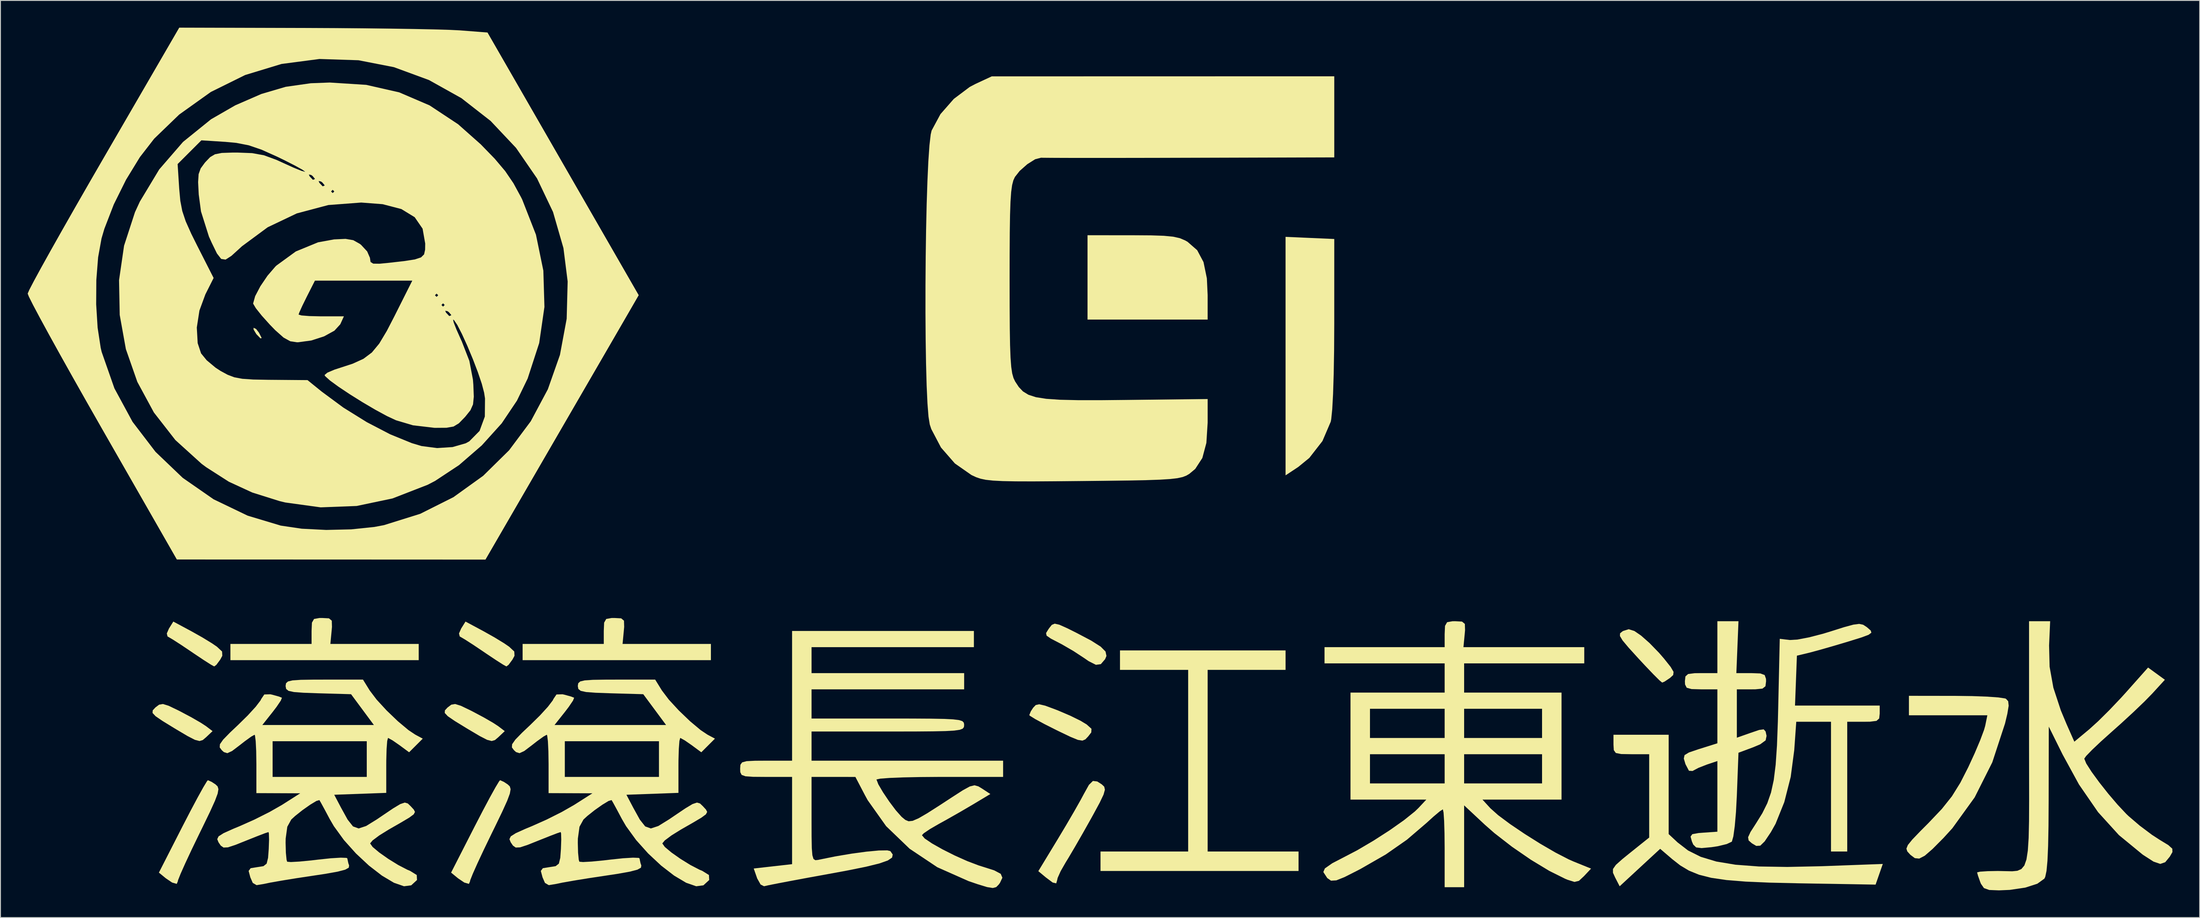
<source format=kicad_pcb>
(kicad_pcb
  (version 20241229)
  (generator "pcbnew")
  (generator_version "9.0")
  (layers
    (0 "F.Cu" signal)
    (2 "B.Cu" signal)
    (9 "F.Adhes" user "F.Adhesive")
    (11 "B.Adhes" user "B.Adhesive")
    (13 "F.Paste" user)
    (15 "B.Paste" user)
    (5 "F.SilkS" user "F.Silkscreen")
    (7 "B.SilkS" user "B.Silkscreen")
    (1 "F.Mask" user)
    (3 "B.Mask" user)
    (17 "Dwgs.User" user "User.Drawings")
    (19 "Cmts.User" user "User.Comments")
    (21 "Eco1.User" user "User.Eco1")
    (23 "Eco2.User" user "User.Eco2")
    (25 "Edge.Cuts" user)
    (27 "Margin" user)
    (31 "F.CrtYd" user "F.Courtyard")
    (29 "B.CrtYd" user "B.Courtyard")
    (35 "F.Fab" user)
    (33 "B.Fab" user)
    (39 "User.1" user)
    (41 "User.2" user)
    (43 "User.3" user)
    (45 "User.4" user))
  (footprint "IGGG"
    (layer "F.Cu")
    (at 123.581 47.58)
    (property "Reference" "IGGG" (at 0 0 0) (layer "F.SilkS") (effects (font (size 1.524 1.524) (thickness 0.3))))
    (attr board_only exclude_from_pos_files exclude_from_bom)
    (fp_poly (pts (xy -98.408 -14.344) (xy -98.095 -13.936) (xy -97.796 -13.346) (xy -97.931 -13.308) (xy -98.387 -13.782) (xy -98.692 -14.293) (xy -98.686 -14.481)) (stroke (width 0) (type solid)) (fill yes) (layer "F.SilkS"))
    (fp_poly (pts (xy 15.025 23.254) (xy 6.439 23.254) (xy 6.439 43.287) (xy 16.456 43.287) (xy 16.456 45.434) (xy -5.366 45.434) (xy -5.366 43.287) (xy 4.293 43.287) (xy 4.293 23.254) (xy -3.22 23.254) (xy -3.22 21.107) (xy 15.025 21.107)) (stroke (width 0) (type solid)) (fill yes) (layer "F.SilkS"))
    (fp_poly (pts (xy -1.878 -24.683) (xy 0.157 -24.671) (xy 1.619 -24.623) (xy 2.648 -24.524) (xy 3.385 -24.357) (xy 3.973 -24.105) (xy 4.225 -23.96) (xy 5.287 -23.034) (xy 5.984 -21.723) (xy 6.354 -19.926) (xy 6.439 -18.078) (xy 6.439 -15.383) (xy -6.797 -15.383) (xy -6.797 -24.685)) (stroke (width 0) (type solid)) (fill yes) (layer "F.SilkS"))
    (fp_poly (pts (xy 17.708 -24.388) (xy 20.392 -24.27) (xy 20.39 -14.908) (xy 20.374 -11.979) (xy 20.329 -9.375) (xy 20.26 -7.184) (xy 20.168 -5.494) (xy 20.057 -4.392) (xy 20.002 -4.114) (xy 19.089 -1.982) (xy 17.644 -0.125) (xy 16.427 0.871) (xy 15.025 1.799) (xy 15.024 -24.506)) (stroke (width 0) (type solid)) (fill yes) (layer "F.SilkS"))
    (fp_poly (pts (xy -90.381 17.57) (xy -90.072 17.828) (xy -90.051 18.508) (xy -90.091 18.961) (xy -90.227 20.392) (xy -80.493 20.392) (xy -80.493 22.18) (xy -101.242 22.18) (xy -101.242 20.392) (xy -92.299 20.392) (xy -92.299 18.961) (xy -92.259 18.044) (xy -92.027 17.637) (xy -91.435 17.532) (xy -91.126 17.53)) (stroke (width 0) (type solid)) (fill yes) (layer "F.SilkS"))
    (fp_poly (pts (xy -58.184 17.57) (xy -57.875 17.828) (xy -57.853 18.508) (xy -57.894 18.961) (xy -58.03 20.392) (xy -48.296 20.392) (xy -48.296 22.18) (xy -69.045 22.18) (xy -69.045 20.392) (xy -60.101 20.392) (xy -60.101 18.961) (xy -60.062 18.044) (xy -59.83 17.637) (xy -59.238 17.532) (xy -58.929 17.53)) (stroke (width 0) (type solid)) (fill yes) (layer "F.SilkS"))
    (fp_poly (pts (xy -105.55 18.99) (xy -104.34 19.671) (xy -103.27 20.326) (xy -102.723 20.701) (xy -102.161 21.227) (xy -102.134 21.699) (xy -102.362 22.122) (xy -102.788 22.697) (xy -103.028 22.875) (xy -103.389 22.677) (xy -104.182 22.17) (xy -105.252 21.455) (xy -105.525 21.268) (xy -106.663 20.503) (xy -107.583 19.91) (xy -108.119 19.594) (xy -108.168 19.574) (xy -108.251 19.237) (xy -108.014 18.695) (xy -107.533 17.925)) (stroke (width 0) (type solid)) (fill yes) (layer "F.SilkS"))
    (fp_poly (pts (xy -73.353 18.99) (xy -72.143 19.671) (xy -71.072 20.326) (xy -70.526 20.701) (xy -69.964 21.227) (xy -69.937 21.699) (xy -70.165 22.122) (xy -70.591 22.697) (xy -70.83 22.875) (xy -71.191 22.677) (xy -71.985 22.17) (xy -73.055 21.455) (xy -73.328 21.268) (xy -74.465 20.503) (xy -75.386 19.91) (xy -75.922 19.594) (xy -75.971 19.574) (xy -76.054 19.237) (xy -75.817 18.695) (xy -75.336 17.925)) (stroke (width 0) (type solid)) (fill yes) (layer "F.SilkS"))
    (fp_poly (pts (xy -108.043 27.215) (xy -107.009 27.712) (xy -106.734 27.852) (xy -105.523 28.497) (xy -104.484 29.098) (xy -103.925 29.465) (xy -103.21 30.009) (xy -103.925 30.687) (xy -104.288 30.993) (xy -104.648 31.101) (xy -105.156 30.969) (xy -105.959 30.555) (xy -107.205 29.817) (xy -107.414 29.691) (xy -108.715 28.893) (xy -109.489 28.364) (xy -109.822 28.005) (xy -109.804 27.721) (xy -109.522 27.414) (xy -109.507 27.4) (xy -109.1 27.091) (xy -108.676 27.018)) (stroke (width 0) (type solid)) (fill yes) (layer "F.SilkS"))
    (fp_poly (pts (xy -75.845 27.215) (xy -74.812 27.712) (xy -74.536 27.852) (xy -73.326 28.497) (xy -72.287 29.098) (xy -71.728 29.465) (xy -71.013 30.009) (xy -71.728 30.687) (xy -72.09 30.993) (xy -72.451 31.101) (xy -72.959 30.969) (xy -73.762 30.555) (xy -75.008 29.817) (xy -75.217 29.691) (xy -76.518 28.893) (xy -77.291 28.364) (xy -77.625 28.005) (xy -77.607 27.721) (xy -77.325 27.414) (xy -77.309 27.4) (xy -76.903 27.091) (xy -76.478 27.018)) (stroke (width 0) (type solid)) (fill yes) (layer "F.SilkS"))
    (fp_poly (pts (xy -9.903 18.272) (xy -9.034 18.661) (xy -8.031 19.162) (xy -6.397 20.023) (xy -5.35 20.689) (xy -4.813 21.23) (xy -4.71 21.717) (xy -4.861 22.076) (xy -5.329 22.621) (xy -5.873 22.696) (xy -6.674 22.291) (xy -7.155 21.959) (xy -8.333 21.185) (xy -9.624 20.436) (xy -9.838 20.324) (xy -10.832 19.807) (xy -11.305 19.481) (xy -11.366 19.193) (xy -11.119 18.79) (xy -11.014 18.64) (xy -10.733 18.29) (xy -10.416 18.157)) (stroke (width 0) (type solid)) (fill yes) (layer "F.SilkS"))
    (fp_poly (pts (xy -11.467 27.2) (xy -10.37 27.606) (xy -10.005 27.75) (xy -8.7 28.309) (xy -7.569 28.865) (xy -6.889 29.275) (xy -6.362 29.751) (xy -6.383 30.153) (xy -6.722 30.591) (xy -7.033 30.919) (xy -7.362 31.057) (xy -7.859 30.975) (xy -8.672 30.642) (xy -9.949 30.03) (xy -10.264 29.876) (xy -11.553 29.225) (xy -12.558 28.681) (xy -13.134 28.324) (xy -13.215 28.241) (xy -13.046 27.825) (xy -12.789 27.432) (xy -12.504 27.132) (xy -12.121 27.048)) (stroke (width 0) (type solid)) (fill yes) (layer "F.SilkS"))
    (fp_poly (pts (xy 53.464 18.967) (xy 54.198 19.472) (xy 55.13 20.294) (xy 56.183 21.379) (xy 56.731 22.013) (xy 57.46 22.93) (xy 57.778 23.474) (xy 57.739 23.819) (xy 57.394 24.138) (xy 57.381 24.148) (xy 56.788 24.545) (xy 56.524 24.656) (xy 56.222 24.407) (xy 55.552 23.739) (xy 54.624 22.767) (xy 53.916 22.004) (xy 52.824 20.801) (xy 52.161 20.009) (xy 51.868 19.52) (xy 51.883 19.222) (xy 52.147 19.007) (xy 52.24 18.956) (xy 52.835 18.77)) (stroke (width 0) (type solid)) (fill yes) (layer "F.SilkS"))
    (fp_poly (pts (xy -103.311 35.605) (xy -102.878 35.89) (xy -102.651 36.108) (xy -102.563 36.412) (xy -102.649 36.906) (xy -102.942 37.691) (xy -103.475 38.871) (xy -104.284 40.547) (xy -104.675 41.346) (xy -105.511 43.076) (xy -106.213 44.58) (xy -106.731 45.743) (xy -107.01 46.446) (xy -107.043 46.596) (xy -107.157 46.857) (xy -107.666 46.711) (xy -108.362 46.239) (xy -109.122 45.613) (xy -106.524 40.519) (xy -105.633 38.796) (xy -104.848 37.321) (xy -104.228 36.202) (xy -103.833 35.548) (xy -103.725 35.422)) (stroke (width 0) (type solid)) (fill yes) (layer "F.SilkS"))
    (fp_poly (pts (xy -71.113 35.605) (xy -70.681 35.89) (xy -70.454 36.108) (xy -70.366 36.412) (xy -70.452 36.906) (xy -70.744 37.691) (xy -71.278 38.871) (xy -72.086 40.547) (xy -72.478 41.346) (xy -73.313 43.076) (xy -74.016 44.58) (xy -74.534 45.743) (xy -74.813 46.446) (xy -74.845 46.596) (xy -74.96 46.857) (xy -75.468 46.711) (xy -76.165 46.239) (xy -76.925 45.613) (xy -74.327 40.519) (xy -73.435 38.796) (xy -72.651 37.321) (xy -72.031 36.202) (xy -71.636 35.548) (xy -71.528 35.422)) (stroke (width 0) (type solid)) (fill yes) (layer "F.SilkS"))
    (fp_poly (pts (xy -5.723 35.562) (xy -5.219 35.886) (xy -4.957 36.136) (xy -4.881 36.469) (xy -5.031 37.01) (xy -5.447 37.886) (xy -6.169 39.221) (xy -6.431 39.695) (xy -7.314 41.265) (xy -8.178 42.769) (xy -8.899 43.992) (xy -9.211 44.501) (xy -9.757 45.454) (xy -10.09 46.201) (xy -10.136 46.416) (xy -10.245 46.8) (xy -10.64 46.707) (xy -11.386 46.147) (xy -12.219 45.453) (xy -10.096 41.955) (xy -9.151 40.376) (xy -8.263 38.853) (xy -7.549 37.59) (xy -7.199 36.937) (xy -6.642 35.935) (xy -6.203 35.505)) (stroke (width 0) (type solid)) (fill yes) (layer "F.SilkS"))
    (fp_poly (pts (xy 88.811 26.121) (xy 90.68 26.144) (xy 92.315 26.205) (xy 93.571 26.293) (xy 94.304 26.403) (xy 94.408 26.443) (xy 94.651 26.713) (xy 94.704 27.207) (xy 94.559 28.091) (xy 94.302 29.171) (xy 92.9 33.45) (xy 90.958 37.316) (xy 88.502 40.718) (xy 87.523 41.793) (xy 86.312 43.012) (xy 85.459 43.751) (xy 84.848 44.068) (xy 84.364 44.019) (xy 83.89 43.663) (xy 83.834 43.607) (xy 83.536 43.279) (xy 83.435 42.971) (xy 83.596 42.57) (xy 84.086 41.965) (xy 84.969 41.045) (xy 85.871 40.139) (xy 87.343 38.588) (xy 88.448 37.199) (xy 89.381 35.696) (xy 90.252 33.986) (xy 90.964 32.438) (xy 91.569 31.005) (xy 91.987 29.885) (xy 92.118 29.425) (xy 92.355 28.262) (xy 83.713 28.262) (xy 83.713 26.115)) (stroke (width 0) (type solid)) (fill yes) (layer "F.SilkS"))
    (fp_poly (pts (xy 57.239 41.365) (xy 58.223 42.285) (xy 59.378 43.175) (xy 60.775 43.874) (xy 62.49 44.392) (xy 64.6 44.743) (xy 67.18 44.938) (xy 70.306 44.989) (xy 74.053 44.91) (xy 74.492 44.894) (xy 80.834 44.659) (xy 80.04 46.938) (xy 71.591 46.794) (xy 68.344 46.72) (xy 65.716 46.606) (xy 63.611 46.435) (xy 61.933 46.189) (xy 60.587 45.849) (xy 59.477 45.396) (xy 58.506 44.814) (xy 57.647 44.141) (xy 56.303 42.991) (xy 51.839 47.121) (xy 51.334 46.143) (xy 51.102 45.63) (xy 51.101 45.219) (xy 51.42 44.763) (xy 52.147 44.114) (xy 52.96 43.455) (xy 55.093 41.745) (xy 55.093 32.555) (xy 53.125 32.555) (xy 52.001 32.537) (xy 51.415 32.419) (xy 51.193 32.105) (xy 51.158 31.498) (xy 51.158 31.482) (xy 51.158 30.408) (xy 57.239 30.408)) (stroke (width 0) (type solid)) (fill yes) (layer "F.SilkS"))
    (fp_poly (pts (xy 78.667 18.274) (xy 79.054 18.525) (xy 79.149 18.602) (xy 79.503 18.915) (xy 79.576 19.152) (xy 79.271 19.383) (xy 78.489 19.675) (xy 77.134 20.097) (xy 76.909 20.166) (xy 75.362 20.626) (xy 73.922 21.039) (xy 72.84 21.333) (xy 72.623 21.387) (xy 71.37 21.687) (xy 71.161 27.189) (xy 80.493 27.189) (xy 80.493 28.083) (xy 80.435 28.614) (xy 80.139 28.879) (xy 79.422 28.969) (xy 78.704 28.977) (xy 76.915 28.977) (xy 76.915 43.287) (xy 75.127 43.287) (xy 75.127 28.977) (xy 71.299 28.977) (xy 71.076 32.108) (xy 70.687 35.058) (xy 69.981 37.836) (xy 69.019 40.23) (xy 68.5 41.154) (xy 67.82 42.168) (xy 67.334 42.643) (xy 66.892 42.669) (xy 66.402 42.378) (xy 66.05 42.065) (xy 65.989 41.711) (xy 66.258 41.13) (xy 66.861 40.19) (xy 67.561 39.06) (xy 68.106 37.963) (xy 68.518 36.782) (xy 68.818 35.405) (xy 69.029 33.714) (xy 69.173 31.597) (xy 69.272 28.936) (xy 69.311 27.355) (xy 69.48 19.829) (xy 70.604 19.96) (xy 71.434 19.909) (xy 72.722 19.663) (xy 74.25 19.267) (xy 75.043 19.025) (xy 76.575 18.541) (xy 77.585 18.266) (xy 78.23 18.182)) (stroke (width 0) (type solid)) (fill yes) (layer "F.SilkS"))
    (fp_poly (pts (xy 64.698 23.611) (xy 66.335 23.611) (xy 67.339 23.647) (xy 67.818 23.823) (xy 67.964 24.244) (xy 67.972 24.506) (xy 67.905 25.058) (xy 67.577 25.319) (xy 66.796 25.397) (xy 66.362 25.4) (xy 64.752 25.4) (xy 64.752 30.734) (xy 66.239 30.21) (xy 67.215 29.879) (xy 67.711 29.813) (xy 67.921 30.049) (xy 68.027 30.533) (xy 67.924 31.026) (xy 67.327 31.463) (xy 66.541 31.794) (xy 64.931 32.394) (xy 64.752 37.108) (xy 64.656 38.936) (xy 64.522 40.484) (xy 64.368 41.613) (xy 64.207 42.182) (xy 64.188 42.207) (xy 63.63 42.467) (xy 62.632 42.708) (xy 61.959 42.809) (xy 60.864 42.91) (xy 60.264 42.835) (xy 59.947 42.522) (xy 59.797 42.174) (xy 59.652 41.641) (xy 59.845 41.373) (xy 60.53 41.25) (xy 61.042 41.211) (xy 62.606 41.102) (xy 62.606 33.308) (xy 61.443 33.699) (xy 60.525 34.058) (xy 59.891 34.393) (xy 59.872 34.407) (xy 59.473 34.381) (xy 59.09 33.653) (xy 59.09 33.651) (xy 58.907 33.036) (xy 58.99 32.655) (xy 59.472 32.364) (xy 60.486 32.019) (xy 60.661 31.964) (xy 62.606 31.351) (xy 62.606 25.4) (xy 60.817 25.4) (xy 59.755 25.371) (xy 59.226 25.223) (xy 59.045 24.865) (xy 59.028 24.506) (xy 59.086 23.975) (xy 59.382 23.71) (xy 60.099 23.62) (xy 60.817 23.611) (xy 62.606 23.611) (xy 62.606 17.887) (xy 63.768 17.886) (xy 64.931 17.886)) (stroke (width 0) (type solid)) (fill yes) (layer "F.SilkS"))
    (fp_poly (pts (xy 99.157 20.561) (xy 99.214 22.905) (xy 99.629 25.22) (xy 100.452 27.726) (xy 101.075 29.218) (xy 101.94 31.174) (xy 103.583 29.807) (xy 104.563 28.918) (xy 105.801 27.69) (xy 107.091 26.331) (xy 107.646 25.718) (xy 110.066 22.996) (xy 110.991 23.67) (xy 111.917 24.344) (xy 110.536 25.856) (xy 109.678 26.734) (xy 108.461 27.902) (xy 107.069 29.184) (xy 106.096 30.051) (xy 104.879 31.144) (xy 103.89 32.08) (xy 103.24 32.753) (xy 103.034 33.046) (xy 103.253 33.581) (xy 103.842 34.501) (xy 104.689 35.661) (xy 105.682 36.918) (xy 106.711 38.125) (xy 107.663 39.139) (xy 107.911 39.377) (xy 109.144 40.433) (xy 110.492 41.445) (xy 111.344 41.999) (xy 112.299 42.581) (xy 112.734 42.974) (xy 112.751 43.347) (xy 112.46 43.852) (xy 111.953 44.468) (xy 111.409 44.655) (xy 110.663 44.399) (xy 109.556 43.686) (xy 109.435 43.6) (xy 106.85 41.475) (xy 104.551 38.942) (xy 102.452 35.895) (xy 100.643 32.58) (xy 99.124 29.514) (xy 99.11 37.584) (xy 99.093 40.452) (xy 99.05 42.67) (xy 98.979 44.303) (xy 98.875 45.418) (xy 98.735 46.081) (xy 98.639 46.279) (xy 97.862 46.84) (xy 96.537 47.268) (xy 94.822 47.521) (xy 93.631 47.572) (xy 92.564 47.53) (xy 91.98 47.322) (xy 91.649 46.847) (xy 91.574 46.663) (xy 91.317 45.936) (xy 91.225 45.589) (xy 91.552 45.51) (xy 92.404 45.454) (xy 93.521 45.434) (xy 94.39 45.453) (xy 95.099 45.468) (xy 95.665 45.412) (xy 96.103 45.221) (xy 96.431 44.829) (xy 96.663 44.171) (xy 96.815 43.182) (xy 96.905 41.796) (xy 96.947 39.948) (xy 96.958 37.574) (xy 96.953 34.607) (xy 96.949 31.443) (xy 96.949 17.887) (xy 98.112 17.886) (xy 99.275 17.886)) (stroke (width 0) (type solid)) (fill yes) (layer "F.SilkS"))
    (fp_poly (pts (xy 20.392 -33.27) (xy 4.382 -33.228) (xy 1.063 -33.22) (xy -2.037 -33.215) (xy -4.844 -33.213) (xy -7.284 -33.213) (xy -9.284 -33.215) (xy -10.771 -33.221) (xy -11.671 -33.228) (xy -11.917 -33.235) (xy -12.566 -33.067) (xy -13.431 -32.522) (xy -14.274 -31.777) (xy -14.798 -31.11) (xy -14.971 -30.735) (xy -15.107 -30.211) (xy -15.211 -29.454) (xy -15.285 -28.381) (xy -15.335 -26.911) (xy -15.365 -24.96) (xy -15.38 -22.445) (xy -15.383 -19.855) (xy -15.379 -16.821) (xy -15.363 -14.419) (xy -15.332 -12.565) (xy -15.28 -11.174) (xy -15.203 -10.163) (xy -15.097 -9.447) (xy -14.956 -8.942) (xy -14.778 -8.566) (xy -14.773 -8.557) (xy -14.368 -7.942) (xy -13.908 -7.457) (xy -13.309 -7.089) (xy -12.485 -6.822) (xy -11.352 -6.644) (xy -9.826 -6.539) (xy -7.823 -6.494) (xy -5.257 -6.494) (xy -2.693 -6.517) (xy 6.44 -6.618) (xy 6.44 -4.013) (xy 6.3 -1.784) (xy 5.856 -0.117) (xy 5.074 1.087) (xy 4.431 1.626) (xy 4.093 1.827) (xy 3.681 1.986) (xy 3.113 2.111) (xy 2.306 2.205) (xy 1.176 2.276) (xy -0.359 2.329) (xy -2.382 2.369) (xy -4.975 2.402) (xy -7.334 2.425) (xy -10.395 2.451) (xy -12.828 2.465) (xy -14.719 2.46) (xy -16.154 2.432) (xy -17.221 2.377) (xy -18.005 2.29) (xy -18.594 2.166) (xy -19.074 2.001) (xy -19.532 1.789) (xy -19.594 1.758) (xy -21.413 0.486) (xy -22.946 -1.274) (xy -24.011 -3.303) (xy -24.18 -3.813) (xy -24.319 -4.672) (xy -24.434 -6.138) (xy -24.524 -8.113) (xy -24.59 -10.502) (xy -24.633 -13.206) (xy -24.654 -16.129) (xy -24.652 -19.175) (xy -24.629 -22.247) (xy -24.586 -25.248) (xy -24.522 -28.081) (xy -24.438 -30.649) (xy -24.336 -32.855) (xy -24.215 -34.603) (xy -24.077 -35.797) (xy -23.977 -36.231) (xy -23.002 -38.042) (xy -21.531 -39.721) (xy -19.775 -41.042) (xy -19.159 -41.365) (xy -17.351 -42.207) (xy 1.52 -42.211) (xy 20.392 -42.214)) (stroke (width 0) (type solid)) (fill yes) (layer "F.SilkS"))
    (fp_poly (pts (xy -92.882 -47.545) (xy -89.646 -47.531) (xy -86.517 -47.506) (xy -83.594 -47.473) (xy -80.977 -47.432) (xy -78.767 -47.386) (xy -77.064 -47.335) (xy -75.966 -47.282) (xy -75.898 -47.276) (xy -72.913 -47.044) (xy -64.582 -32.558) (xy -56.251 -18.072) (xy -57.192 -16.441) (xy -57.574 -15.781) (xy -58.271 -14.577) (xy -59.239 -12.904) (xy -60.435 -10.838) (xy -61.816 -8.454) (xy -63.337 -5.828) (xy -64.955 -3.034) (xy -65.635 -1.86) (xy -73.136 11.09) (xy -90.14 11.084) (xy -107.145 11.079) (xy -115.373 -3.307) (xy -117.049 -6.25) (xy -118.61 -9.014) (xy -120.02 -11.535) (xy -121.244 -13.75) (xy -122.247 -15.594) (xy -122.994 -17.002) (xy -123.027 -17.067) (xy -116.034 -17.067) (xy -115.874 -14.487) (xy -115.535 -12.264) (xy -115.426 -11.806) (xy -114.022 -7.795) (xy -112.024 -4.104) (xy -109.494 -0.794) (xy -106.496 2.075) (xy -103.092 4.441) (xy -99.344 6.244) (xy -95.697 7.341) (xy -93.386 7.683) (xy -90.692 7.82) (xy -87.919 7.755) (xy -85.368 7.488) (xy -84.32 7.29) (xy -80.324 6.04) (xy -76.666 4.204) (xy -73.389 1.847) (xy -70.535 -0.965) (xy -68.145 -4.169) (xy -66.263 -7.697) (xy -64.93 -11.486) (xy -64.189 -15.47) (xy -64.081 -19.584) (xy -64.545 -23.268) (xy -65.693 -27.249) (xy -67.457 -30.953) (xy -69.772 -34.321) (xy -72.572 -37.292) (xy -75.791 -39.806) (xy -79.365 -41.803) (xy -83.226 -43.223) (xy -87.129 -43.985) (xy -91.429 -44.125) (xy -95.612 -43.575) (xy -99.62 -42.355) (xy -103.396 -40.488) (xy -106.884 -37.996) (xy -109.638 -35.337) (xy -111.216 -33.301) (xy -112.744 -30.802) (xy -114.092 -28.084) (xy -115.131 -25.395) (xy -115.445 -24.327) (xy -115.82 -22.25) (xy -116.017 -19.742) (xy -116.034 -17.067) (xy -123.027 -17.067) (xy -123.45 -17.912) (xy -123.581 -18.249) (xy -123.402 -18.664) (xy -122.898 -19.633) (xy -122.105 -21.092) (xy -121.057 -22.977) (xy -119.791 -25.225) (xy -118.342 -27.772) (xy -116.746 -30.554) (xy -115.221 -33.193) (xy -106.881 -47.58)) (stroke (width 0) (type solid)) (fill yes) (layer "F.SilkS"))
    (fp_poly (pts (xy 34.472 17.928) (xy 34.781 18.186) (xy 34.803 18.866) (xy 34.763 19.318) (xy 34.626 20.749) (xy 47.938 20.749) (xy 47.938 22.538) (xy 34.701 22.538) (xy 34.701 25.758) (xy 45.434 25.758) (xy 45.434 37.563) (xy 36.723 37.563) (xy 37.59 38.512) (xy 38.445 39.276) (xy 39.764 40.259) (xy 41.373 41.348) (xy 43.101 42.435) (xy 44.774 43.407) (xy 46.222 44.154) (xy 46.743 44.384) (xy 48.687 45.173) (xy 47.907 46.004) (xy 47.352 46.522) (xy 46.856 46.641) (xy 46.103 46.405) (xy 45.833 46.294) (xy 44.089 45.426) (xy 42.062 44.199) (xy 39.972 42.76) (xy 38.038 41.258) (xy 36.985 40.333) (xy 34.701 38.197) (xy 34.701 47.223) (xy 32.555 47.223) (xy 32.555 42.93) (xy 32.539 41.272) (xy 32.497 39.912) (xy 32.434 38.988) (xy 32.357 38.637) (xy 32.355 38.637) (xy 32.009 38.862) (xy 31.31 39.45) (xy 30.546 40.145) (xy 28.4 41.983) (xy 26.068 43.611) (xy 23.308 45.196) (xy 22.911 45.404) (xy 21.527 46.105) (xy 20.619 46.469) (xy 20.034 46.504) (xy 19.619 46.215) (xy 19.223 45.607) (xy 19.188 45.545) (xy 19.356 45.151) (xy 20.177 44.577) (xy 21.269 44.011) (xy 22.918 43.15) (xy 24.719 42.089) (xy 26.497 40.944) (xy 28.075 39.831) (xy 29.275 38.867) (xy 29.666 38.49) (xy 30.533 37.563) (xy 22.18 37.563) (xy 22.18 35.775) (xy 24.327 35.775) (xy 32.555 35.775) (xy 34.701 35.775) (xy 43.287 35.775) (xy 43.287 32.555) (xy 34.701 32.555) (xy 34.701 35.775) (xy 32.555 35.775) (xy 32.555 32.555) (xy 24.327 32.555) (xy 24.327 35.775) (xy 22.18 35.775) (xy 22.18 30.766) (xy 24.327 30.766) (xy 32.555 30.766) (xy 34.701 30.766) (xy 43.287 30.766) (xy 43.287 27.546) (xy 34.701 27.546) (xy 34.701 30.766) (xy 32.555 30.766) (xy 32.555 27.546) (xy 24.327 27.546) (xy 24.327 30.766) (xy 22.18 30.766) (xy 22.18 25.758) (xy 32.555 25.758) (xy 32.555 22.538) (xy 19.318 22.538) (xy 19.318 20.749) (xy 32.555 20.749) (xy 32.555 19.318) (xy 32.595 18.402) (xy 32.826 17.994) (xy 33.419 17.89) (xy 33.727 17.887)) (stroke (width 0) (type solid)) (fill yes) (layer "F.SilkS"))
    (fp_poly (pts (xy -19.318 20.749) (xy -37.206 20.749) (xy -37.206 23.611) (xy -20.392 23.611) (xy -20.392 25.4) (xy -37.206 25.4) (xy -37.206 28.62) (xy -28.799 28.62) (xy -26.137 28.622) (xy -24.106 28.633) (xy -22.62 28.661) (xy -21.595 28.712) (xy -20.944 28.793) (xy -20.583 28.913) (xy -20.428 29.079) (xy -20.392 29.296) (xy -20.392 29.335) (xy -20.416 29.562) (xy -20.548 29.735) (xy -20.871 29.861) (xy -21.471 29.948) (xy -22.433 30.004) (xy -23.842 30.034) (xy -25.784 30.048) (xy -28.342 30.051) (xy -28.799 30.051) (xy -37.206 30.051) (xy -37.206 33.27) (xy -16.099 33.27) (xy -16.099 35.059) (xy -23.075 35.059) (xy -25.22 35.073) (xy -27.099 35.112) (xy -28.601 35.172) (xy -29.619 35.248) (xy -30.045 35.335) (xy -30.051 35.347) (xy -29.848 35.875) (xy -29.333 36.753) (xy -28.645 37.777) (xy -27.922 38.741) (xy -27.303 39.441) (xy -27.228 39.51) (xy -26.867 39.805) (xy -26.514 39.951) (xy -26.066 39.904) (xy -25.415 39.623) (xy -24.456 39.065) (xy -23.082 38.187) (xy -21.748 37.314) (xy -20.547 36.539) (xy -19.772 36.112) (xy -19.254 35.983) (xy -18.823 36.102) (xy -18.427 36.342) (xy -17.506 36.946) (xy -19.396 38.081) (xy -20.839 38.927) (xy -22.41 39.82) (xy -23.164 40.235) (xy -24.162 40.813) (xy -24.843 41.276) (xy -25.042 41.49) (xy -24.737 41.852) (xy -23.927 42.401) (xy -22.768 43.055) (xy -21.421 43.732) (xy -20.041 44.349) (xy -18.786 44.825) (xy -18.412 44.941) (xy -17.077 45.367) (xy -16.361 45.749) (xy -16.178 46.178) (xy -16.445 46.746) (xy -16.583 46.935) (xy -16.858 47.214) (xy -17.234 47.312) (xy -17.867 47.21) (xy -18.913 46.89) (xy -19.901 46.553) (xy -23.345 45.023) (xy -26.402 42.98) (xy -28.989 40.491) (xy -31.021 37.628) (xy -31.325 37.072) (xy -32.376 35.061) (xy -34.791 35.06) (xy -37.206 35.059) (xy -37.206 39.717) (xy -37.202 41.613) (xy -37.179 42.904) (xy -37.115 43.699) (xy -36.992 44.109) (xy -36.789 44.244) (xy -36.487 44.213) (xy -36.401 44.194) (xy -34.611 43.83) (xy -32.814 43.526) (xy -31.157 43.302) (xy -29.787 43.174) (xy -28.853 43.161) (xy -28.521 43.243) (xy -28.26 43.62) (xy -28.333 43.956) (xy -28.802 44.276) (xy -29.735 44.604) (xy -31.196 44.964) (xy -33.249 45.38) (xy -35.282 45.755) (xy -37.41 46.142) (xy -39.305 46.494) (xy -40.851 46.788) (xy -41.932 47.003) (xy -42.432 47.116) (xy -42.44 47.119) (xy -42.822 46.927) (xy -43.194 46.261) (xy -43.211 46.214) (xy -43.578 45.161) (xy -41.465 44.922) (xy -39.352 44.683) (xy -39.352 35.059) (xy -42.214 35.059) (xy -43.634 35.05) (xy -44.483 34.991) (xy -44.91 34.837) (xy -45.059 34.542) (xy -45.076 34.165) (xy -45.046 33.721) (xy -44.857 33.456) (xy -44.364 33.322) (xy -43.42 33.276) (xy -42.214 33.27) (xy -39.352 33.27) (xy -39.352 18.961) (xy -19.318 18.961)) (stroke (width 0) (type solid)) (fill yes) (layer "F.SilkS"))
    (fp_poly (pts (xy -85.891 25.528) (xy -85.129 26.535) (xy -84.028 27.732) (xy -82.791 28.918) (xy -81.623 29.896) (xy -80.874 30.396) (xy -80.048 30.838) (xy -81.552 32.342) (xy -82.618 31.554) (xy -83.362 31.039) (xy -83.835 30.775) (xy -83.877 30.766) (xy -83.965 31.096) (xy -84.032 31.978) (xy -84.067 33.245) (xy -84.07 33.793) (xy -84.07 36.819) (xy -89.802 37.027) (xy -89.049 38.458) (xy -88.327 39.768) (xy -87.734 40.519) (xy -87.11 40.744) (xy -86.289 40.475) (xy -85.109 39.745) (xy -84.55 39.365) (xy -83.313 38.53) (xy -82.521 38.054) (xy -82.029 37.889) (xy -81.691 37.989) (xy -81.362 38.306) (xy -81.344 38.327) (xy -81.034 38.664) (xy -80.905 38.92) (xy -81.043 39.185) (xy -81.538 39.551) (xy -82.478 40.11) (xy -83.791 40.862) (xy -84.837 41.511) (xy -85.578 42.065) (xy -85.848 42.393) (xy -85.57 42.786) (xy -84.842 43.396) (xy -83.845 44.099) (xy -82.757 44.772) (xy -81.758 45.292) (xy -81.448 45.42) (xy -80.71 45.879) (xy -80.681 46.429) (xy -81.32 47.017) (xy -82.112 47.12) (xy -83.223 46.734) (xy -84.546 45.945) (xy -85.976 44.84) (xy -87.407 43.504) (xy -88.732 42.025) (xy -89.845 40.489) (xy -90.298 39.71) (xy -90.856 38.661) (xy -91.271 37.9) (xy -91.438 37.614) (xy -91.768 37.711) (xy -92.454 38.126) (xy -93.299 38.722) (xy -94.106 39.364) (xy -94.535 39.758) (xy -94.973 40.555) (xy -95.152 41.855) (xy -95.161 42.318) (xy -95.131 43.421) (xy -95.055 44.195) (xy -94.988 44.414) (xy -94.58 44.448) (xy -93.632 44.396) (xy -92.313 44.268) (xy -91.59 44.182) (xy -90.177 44.032) (xy -89.078 43.966) (xy -88.451 43.991) (xy -88.363 44.04) (xy -88.248 44.577) (xy -88.162 44.826) (xy -88.203 45.072) (xy -88.595 45.291) (xy -89.436 45.51) (xy -90.823 45.757) (xy -92.187 45.963) (xy -93.965 46.231) (xy -95.588 46.494) (xy -96.864 46.72) (xy -97.553 46.864) (xy -98.36 46.997) (xy -98.78 46.749) (xy -99.047 46.135) (xy -99.235 45.429) (xy -99.012 45.127) (xy -98.265 45.007) (xy -97.601 44.902) (xy -97.25 44.625) (xy -97.092 43.985) (xy -97.02 43.019) (xy -96.983 41.971) (xy -97.004 41.289) (xy -97.048 41.141) (xy -97.423 41.265) (xy -98.273 41.591) (xy -99.385 42.035) (xy -100.703 42.561) (xy -101.521 42.829) (xy -102.001 42.85) (xy -102.306 42.636) (xy -102.555 42.271) (xy -102.695 41.922) (xy -102.545 41.614) (xy -101.996 41.264) (xy -100.938 40.787) (xy -100.224 40.492) (xy -98.598 39.767) (xy -96.928 38.927) (xy -95.563 38.148) (xy -95.516 38.118) (xy -93.551 36.866) (xy -95.965 36.857) (xy -98.38 36.848) (xy -98.38 35.059) (xy -96.592 35.059) (xy -86.217 35.059) (xy -86.217 31.124) (xy -96.592 31.124) (xy -96.592 35.059) (xy -98.38 35.059) (xy -98.38 33.628) (xy -98.401 32.21) (xy -98.456 31.111) (xy -98.536 30.49) (xy -98.58 30.408) (xy -98.95 30.614) (xy -99.676 31.14) (xy -100.199 31.549) (xy -101.06 32.203) (xy -101.582 32.442) (xy -101.964 32.321) (xy -102.192 32.116) (xy -102.422 31.804) (xy -102.398 31.455) (xy -102.046 30.95) (xy -101.291 30.174) (xy -100.41 29.34) (xy -99.329 28.277) (xy -98.454 27.32) (xy -97.923 26.623) (xy -97.835 26.446) (xy -97.509 25.966) (xy -96.842 25.946) (xy -96.657 25.986) (xy -95.908 26.192) (xy -95.565 26.328) (xy -95.69 26.644) (xy -96.156 27.334) (xy -96.578 27.888) (xy -97.725 29.335) (xy -85.433 29.335) (xy -86.69 27.636) (xy -87.948 25.937) (xy -91.554 25.835) (xy -93.193 25.777) (xy -94.245 25.698) (xy -94.838 25.568) (xy -95.1 25.359) (xy -95.161 25.041) (xy -95.161 25.03) (xy -95.116 24.732) (xy -94.901 24.533) (xy -94.399 24.412) (xy -93.489 24.351) (xy -92.054 24.329) (xy -90.897 24.327) (xy -86.633 24.327)) (stroke (width 0) (type solid)) (fill yes) (layer "F.SilkS"))
    (fp_poly (pts (xy -53.694 25.528) (xy -52.932 26.535) (xy -51.83 27.732) (xy -50.594 28.918) (xy -49.426 29.896) (xy -48.677 30.396) (xy -47.851 30.838) (xy -49.355 32.342) (xy -50.421 31.554) (xy -51.164 31.039) (xy -51.638 30.775) (xy -51.68 30.766) (xy -51.767 31.096) (xy -51.834 31.978) (xy -51.87 33.245) (xy -51.873 33.793) (xy -51.873 36.819) (xy -57.605 37.027) (xy -56.852 38.458) (xy -56.129 39.768) (xy -55.537 40.519) (xy -54.912 40.744) (xy -54.092 40.475) (xy -52.912 39.745) (xy -52.352 39.365) (xy -51.116 38.53) (xy -50.324 38.054) (xy -49.832 37.889) (xy -49.494 37.989) (xy -49.165 38.306) (xy -49.147 38.327) (xy -48.837 38.664) (xy -48.707 38.92) (xy -48.846 39.185) (xy -49.341 39.551) (xy -50.281 40.11) (xy -51.594 40.862) (xy -52.639 41.511) (xy -53.38 42.065) (xy -53.651 42.393) (xy -53.373 42.786) (xy -52.645 43.396) (xy -51.647 44.099) (xy -50.559 44.772) (xy -49.56 45.292) (xy -49.25 45.42) (xy -48.513 45.879) (xy -48.484 46.429) (xy -49.123 47.017) (xy -49.915 47.12) (xy -51.025 46.734) (xy -52.349 45.945) (xy -53.779 44.84) (xy -55.21 43.504) (xy -56.535 42.025) (xy -57.648 40.489) (xy -58.101 39.71) (xy -58.659 38.661) (xy -59.074 37.9) (xy -59.241 37.614) (xy -59.571 37.711) (xy -60.257 38.126) (xy -61.102 38.722) (xy -61.909 39.364) (xy -62.337 39.758) (xy -62.776 40.555) (xy -62.955 41.855) (xy -62.963 42.318) (xy -62.934 43.421) (xy -62.858 44.195) (xy -62.791 44.414) (xy -62.383 44.448) (xy -61.435 44.396) (xy -60.116 44.268) (xy -59.392 44.182) (xy -57.979 44.032) (xy -56.881 43.966) (xy -56.254 43.991) (xy -56.166 44.04) (xy -56.051 44.577) (xy -55.965 44.826) (xy -56.006 45.072) (xy -56.398 45.291) (xy -57.239 45.51) (xy -58.626 45.757) (xy -59.99 45.963) (xy -61.768 46.231) (xy -63.391 46.494) (xy -64.667 46.72) (xy -65.355 46.864) (xy -66.163 46.997) (xy -66.583 46.749) (xy -66.85 46.135) (xy -67.038 45.429) (xy -66.815 45.127) (xy -66.068 45.007) (xy -65.404 44.902) (xy -65.052 44.625) (xy -64.894 43.985) (xy -64.823 43.019) (xy -64.786 41.971) (xy -64.806 41.289) (xy -64.851 41.141) (xy -65.226 41.265) (xy -66.076 41.591) (xy -67.188 42.035) (xy -68.506 42.561) (xy -69.324 42.829) (xy -69.804 42.85) (xy -70.109 42.636) (xy -70.357 42.271) (xy -70.497 41.922) (xy -70.348 41.614) (xy -69.798 41.264) (xy -68.74 40.787) (xy -68.027 40.492) (xy -66.401 39.767) (xy -64.73 38.927) (xy -63.366 38.148) (xy -63.319 38.118) (xy -61.354 36.866) (xy -63.768 36.857) (xy -66.183 36.848) (xy -66.183 35.059) (xy -64.394 35.059) (xy -54.02 35.059) (xy -54.02 31.124) (xy -64.394 31.124) (xy -64.394 35.059) (xy -66.183 35.059) (xy -66.183 33.628) (xy -66.204 32.21) (xy -66.259 31.111) (xy -66.338 30.49) (xy -66.383 30.408) (xy -66.753 30.614) (xy -67.479 31.14) (xy -68.002 31.549) (xy -68.863 32.203) (xy -69.385 32.442) (xy -69.767 32.321) (xy -69.995 32.116) (xy -70.225 31.804) (xy -70.201 31.455) (xy -69.849 30.95) (xy -69.094 30.174) (xy -68.212 29.34) (xy -67.131 28.277) (xy -66.257 27.32) (xy -65.726 26.623) (xy -65.638 26.446) (xy -65.312 25.966) (xy -64.645 25.946) (xy -64.459 25.986) (xy -63.711 26.192) (xy -63.367 26.328) (xy -63.493 26.644) (xy -63.959 27.334) (xy -64.381 27.888) (xy -65.528 29.335) (xy -53.236 29.335) (xy -54.493 27.636) (xy -55.751 25.937) (xy -59.357 25.835) (xy -60.996 25.777) (xy -62.048 25.698) (xy -62.64 25.568) (xy -62.903 25.359) (xy -62.963 25.041) (xy -62.963 25.03) (xy -62.918 24.732) (xy -62.704 24.533) (xy -62.202 24.412) (xy -61.292 24.351) (xy -59.857 24.329) (xy -58.7 24.327) (xy -54.436 24.327)) (stroke (width 0) (type solid)) (fill yes) (layer "F.SilkS"))
    (fp_poly (pts (xy -86.278 -41.271) (xy -82.642 -40.443) (xy -79.297 -39.007) (xy -76.15 -36.925) (xy -73.657 -34.711) (xy -72.112 -33.119) (xy -70.965 -31.76) (xy -70.054 -30.419) (xy -69.217 -28.879) (xy -69.088 -28.62) (xy -67.574 -24.746) (xy -66.759 -20.779) (xy -66.64 -16.776) (xy -67.217 -12.792) (xy -68.488 -8.883) (xy -69.669 -6.439) (xy -71.347 -3.939) (xy -73.539 -1.509) (xy -76.05 0.668) (xy -78.686 2.411) (xy -79.512 2.841) (xy -83.379 4.345) (xy -87.333 5.177) (xy -91.3 5.328) (xy -95.203 4.79) (xy -95.836 4.635) (xy -98.83 3.693) (xy -101.418 2.499) (xy -103.901 0.907) (xy -104.418 0.524) (xy -107.306 -2.094) (xy -109.673 -5.134) (xy -111.498 -8.508) (xy -112.761 -12.124) (xy -113.439 -15.893) (xy -113.513 -19.727) (xy -112.96 -23.533) (xy -111.76 -27.224) (xy -111.22 -28.397) (xy -109.086 -31.944) (xy -108.576 -32.534) (xy -107.059 -32.534) (xy -106.884 -29.813) (xy -106.763 -28.484) (xy -106.547 -27.359) (xy -106.167 -26.218) (xy -105.552 -24.84) (xy -104.901 -23.532) (xy -103.092 -19.97) (xy -104.001 -18.162) (xy -104.656 -16.379) (xy -104.945 -14.507) (xy -104.849 -12.783) (xy -104.475 -11.654) (xy -103.857 -10.896) (xy -102.88 -10.079) (xy -102.329 -9.719) (xy -101.547 -9.294) (xy -100.81 -9.016) (xy -99.934 -8.852) (xy -98.736 -8.77) (xy -97.033 -8.738) (xy -96.725 -8.736) (xy -92.745 -8.706) (xy -91.18 -7.437) (xy -88.796 -5.675) (xy -86.218 -4.071) (xy -83.64 -2.729) (xy -81.255 -1.754) (xy -80.182 -1.434) (xy -78.481 -1.211) (xy -76.762 -1.321) (xy -75.315 -1.737) (xy -74.923 -1.951) (xy -73.789 -3.101) (xy -73.208 -4.687) (xy -73.188 -6.684) (xy -73.286 -7.322) (xy -73.542 -8.3) (xy -73.979 -9.59) (xy -74.533 -11.039) (xy -75.139 -12.492) (xy -75.731 -13.795) (xy -76.243 -14.792) (xy -76.61 -15.331) (xy -76.701 -15.383) (xy -76.647 -15.088) (xy -76.342 -14.306) (xy -75.849 -13.195) (xy -75.744 -12.968) (xy -74.913 -10.829) (xy -74.518 -8.762) (xy -74.473 -8.187) (xy -74.423 -6.877) (xy -74.508 -6.027) (xy -74.792 -5.383) (xy -75.344 -4.693) (xy -75.419 -4.609) (xy -76.064 -3.945) (xy -76.652 -3.588) (xy -77.435 -3.449) (xy -78.665 -3.441) (xy -78.766 -3.443) (xy -81.121 -3.72) (xy -82.997 -4.276) (xy -84.005 -4.748) (xy -85.279 -5.441) (xy -86.681 -6.266) (xy -88.073 -7.137) (xy -89.316 -7.965) (xy -90.272 -8.663) (xy -90.804 -9.144) (xy -90.868 -9.267) (xy -90.558 -9.528) (xy -89.777 -9.86) (xy -89.347 -10) (xy -87.768 -10.515) (xy -86.584 -11.055) (xy -85.656 -11.751) (xy -84.843 -12.734) (xy -84.007 -14.133) (xy -83.172 -15.749) (xy -82.869 -16.354) (xy -77.573 -16.354) (xy -77.486 -16.154) (xy -77.126 -15.77) (xy -76.919 -15.849) (xy -76.915 -15.899) (xy -77.17 -16.201) (xy -77.329 -16.312) (xy -77.573 -16.354) (xy -82.869 -16.354) (xy -82.548 -16.993) (xy -77.989 -16.993) (xy -77.81 -16.814) (xy -77.631 -16.993) (xy -77.81 -17.172) (xy -77.989 -16.993) (xy -82.548 -16.993) (xy -82.01 -18.066) (xy -78.704 -18.066) (xy -78.525 -17.887) (xy -78.346 -18.066) (xy -78.525 -18.245) (xy -78.704 -18.066) (xy -82.01 -18.066) (xy -81.202 -19.676) (xy -91.929 -19.676) (xy -92.829 -17.899) (xy -93.324 -16.891) (xy -93.651 -16.165) (xy -93.73 -15.932) (xy -93.402 -15.837) (xy -92.54 -15.769) (xy -91.326 -15.741) (xy -91.233 -15.741) (xy -88.736 -15.741) (xy -89.136 -14.863) (xy -89.782 -14.158) (xy -90.921 -13.531) (xy -92.332 -13.075) (xy -93.792 -12.88) (xy -93.92 -12.879) (xy -94.647 -12.99) (xy -95.385 -13.398) (xy -96.3 -14.21) (xy -96.897 -14.825) (xy -97.787 -15.815) (xy -98.441 -16.637) (xy -98.733 -17.13) (xy -98.738 -17.165) (xy -98.516 -17.964) (xy -97.942 -19.058) (xy -97.155 -20.22) (xy -96.294 -21.222) (xy -96.176 -21.337) (xy -94.035 -22.896) (xy -91.586 -23.903) (xy -89.82 -24.226) (xy -88.554 -24.284) (xy -87.706 -24.14) (xy -86.993 -23.739) (xy -86.843 -23.623) (xy -86.173 -22.9) (xy -85.862 -22.184) (xy -85.859 -22.129) (xy -85.798 -21.733) (xy -85.502 -21.551) (xy -84.805 -21.543) (xy -83.802 -21.64) (xy -82.066 -21.838) (xy -80.918 -22.016) (xy -80.237 -22.241) (xy -79.901 -22.575) (xy -79.789 -23.084) (xy -79.777 -23.77) (xy -80.066 -25.409) (xy -80.937 -26.674) (xy -82.403 -27.572) (xy -84.473 -28.11) (xy -86.828 -28.29) (xy -90.456 -28.015) (xy -93.928 -27.092) (xy -97.135 -25.564) (xy -99.97 -23.469) (xy -100.206 -23.251) (xy -101.131 -22.409) (xy -101.772 -21.998) (xy -102.26 -22.07) (xy -102.727 -22.673) (xy -103.304 -23.858) (xy -103.608 -24.533) (xy -104.483 -27.308) (xy -104.732 -29.176) (xy -104.749 -29.514) (xy -90.152 -29.514) (xy -89.973 -29.335) (xy -89.794 -29.514) (xy -89.973 -29.693) (xy -90.152 -29.514) (xy -104.749 -29.514) (xy -104.801 -30.542) (xy -104.793 -30.664) (xy -91.525 -30.664) (xy -91.438 -30.464) (xy -91.078 -30.08) (xy -90.871 -30.158) (xy -90.868 -30.208) (xy -91.122 -30.511) (xy -91.281 -30.621) (xy -91.525 -30.664) (xy -104.793 -30.664) (xy -104.748 -31.379) (xy -92.599 -31.379) (xy -92.512 -31.179) (xy -92.151 -30.795) (xy -91.944 -30.874) (xy -91.941 -30.924) (xy -92.195 -31.227) (xy -92.354 -31.337) (xy -92.599 -31.379) (xy -104.748 -31.379) (xy -104.745 -31.426) (xy -104.518 -32.057) (xy -104.073 -32.666) (xy -103.998 -32.754) (xy -103.476 -33.3) (xy -102.944 -33.615) (xy -102.192 -33.762) (xy -101.008 -33.802) (xy -100.467 -33.803) (xy -98.849 -33.741) (xy -97.548 -33.504) (xy -96.193 -33.007) (xy -95.429 -32.659) (xy -94.275 -32.136) (xy -93.422 -31.79) (xy -93.025 -31.684) (xy -93.014 -31.696) (xy -93.315 -31.916) (xy -94.122 -32.363) (xy -95.296 -32.962) (xy -96.077 -33.342) (xy -97.811 -34.122) (xy -99.224 -34.604) (xy -100.601 -34.872) (xy -101.79 -34.982) (xy -104.441 -35.152) (xy -105.75 -33.843) (xy -107.059 -32.534) (xy -108.576 -32.534) (xy -106.464 -34.977) (xy -103.375 -37.475) (xy -100.706 -39.013) (xy -97.829 -40.266) (xy -95.15 -41.055) (xy -92.384 -41.449) (xy -90.297 -41.527)) (stroke (width 0) (type solid)) (fill yes) (layer "F.SilkS")))
  (gr_rect
    (start -3 -3)
    (end 239.332 98.152)
    (stroke (width 0.1) (type default))
    (fill no)
    (layer "Edge.Cuts")))
</source>
